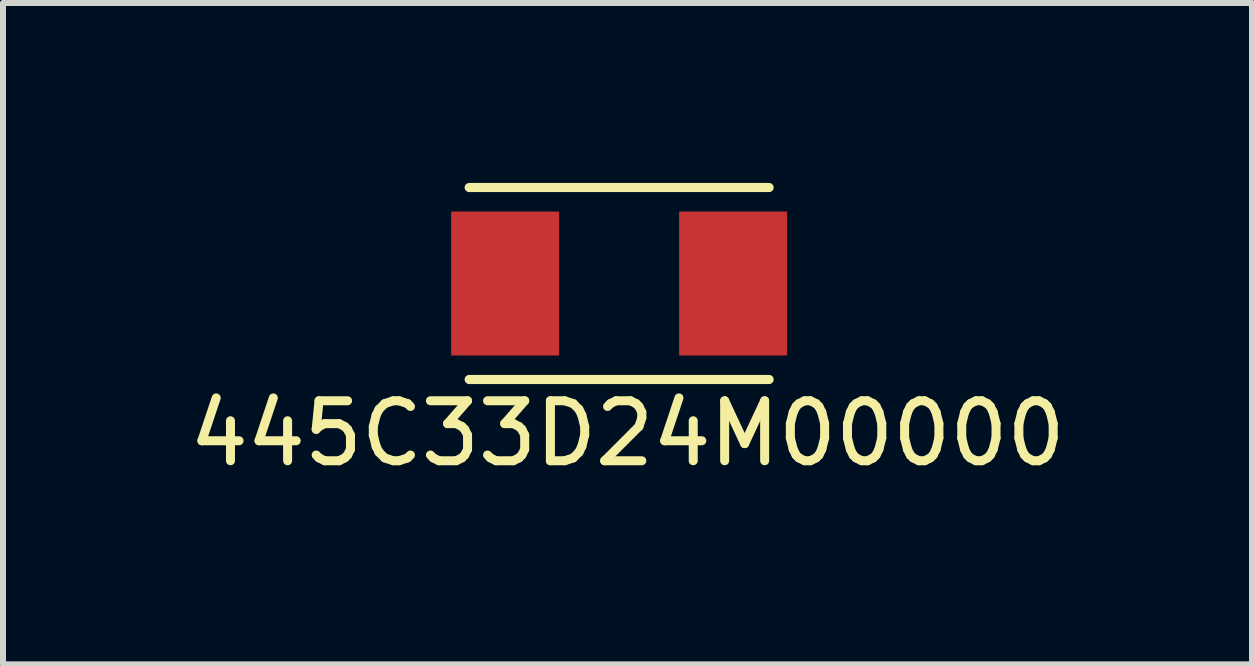
<source format=kicad_pcb>
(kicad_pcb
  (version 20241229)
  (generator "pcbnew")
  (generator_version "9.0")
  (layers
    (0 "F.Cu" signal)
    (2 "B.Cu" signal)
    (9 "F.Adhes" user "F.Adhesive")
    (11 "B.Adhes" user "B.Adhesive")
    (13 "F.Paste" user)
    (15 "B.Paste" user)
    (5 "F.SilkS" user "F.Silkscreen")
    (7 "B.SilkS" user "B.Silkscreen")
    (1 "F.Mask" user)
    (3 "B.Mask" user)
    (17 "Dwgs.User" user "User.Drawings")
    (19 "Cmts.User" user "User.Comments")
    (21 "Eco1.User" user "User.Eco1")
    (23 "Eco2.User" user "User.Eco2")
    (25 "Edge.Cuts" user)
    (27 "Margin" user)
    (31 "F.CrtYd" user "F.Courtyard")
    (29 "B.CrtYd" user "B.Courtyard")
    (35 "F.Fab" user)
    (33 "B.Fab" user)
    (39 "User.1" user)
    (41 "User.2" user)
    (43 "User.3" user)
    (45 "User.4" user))
  (footprint "445C33D24M00000"
    (layer "F.Cu")
    (at 7.271 1.676)
    (property "Reference" "445C33D24M00000" (at 0.14 2.5 0) (layer "F.SilkS") (effects (font (size 1 1) (thickness 0.15))))
    (attr through_hole)
    (fp_line (start -2.5 -1.6) (end 2.5 -1.6) (stroke (width 0.152) (type solid)) (layer "F.SilkS"))
    (fp_line (start 2.5 1.6) (end -2.5 1.6) (stroke (width 0.152) (type solid)) (layer "F.SilkS"))
    (pad "1" smd rect (at -1.9 0) (size 1.8 2.4) (layers "F.Cu" "F.Mask" "F.Paste"))
    (pad "2" smd rect (at 1.9 0) (size 1.8 2.4) (layers "F.Cu" "F.Mask" "F.Paste")))
  (gr_rect
    (start -3 -3)
    (end 17.821 8.024)
    (stroke (width 0.1) (type default))
    (fill no)
    (layer "Edge.Cuts")))
</source>
